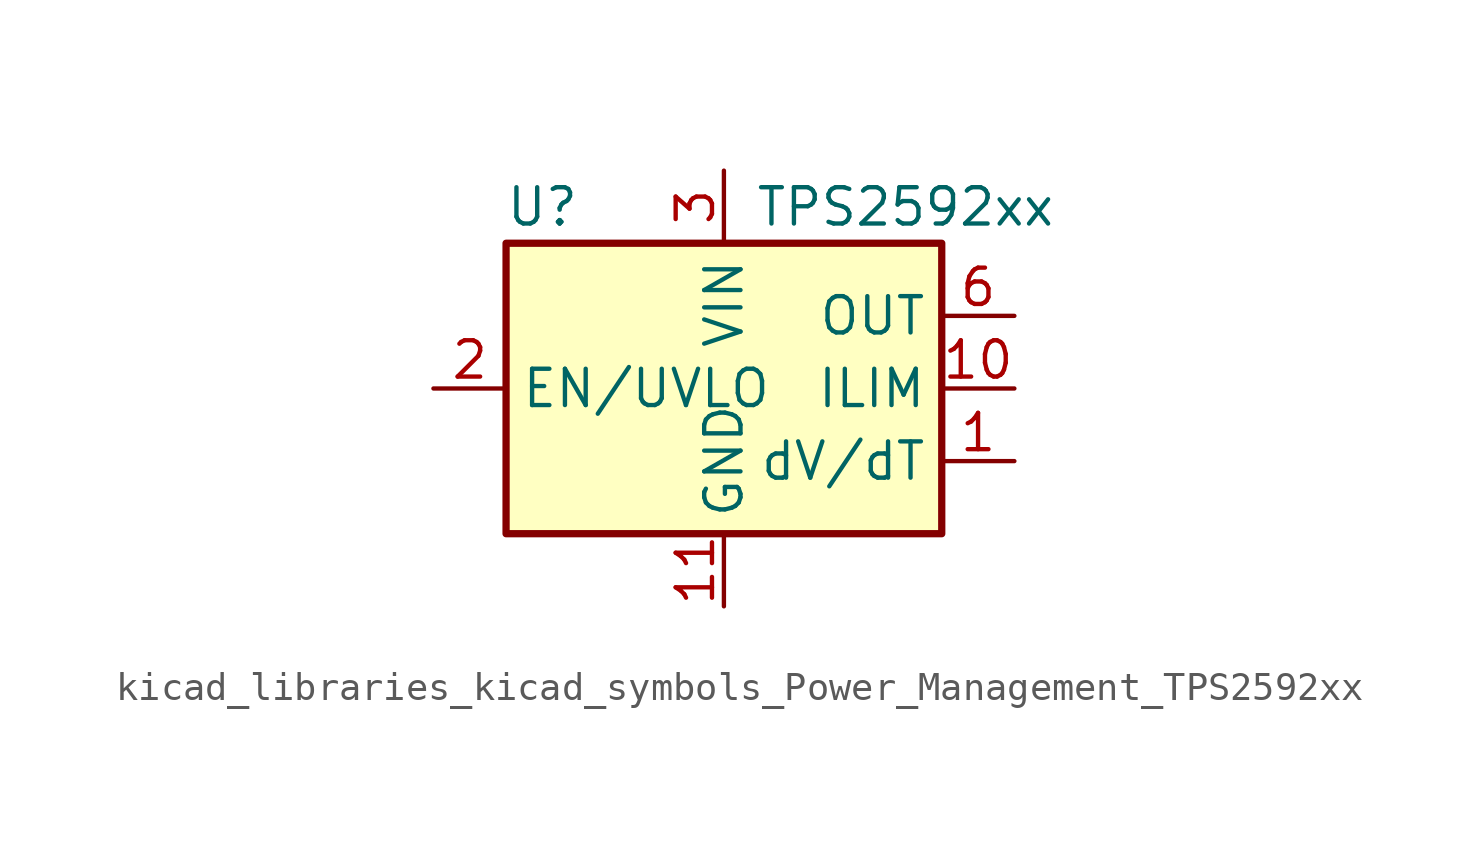
<source format=kicad_sym>
(kicad_symbol_lib
  (version 20220914)
  (generator kicad_symbol_editor)
  (symbol "kicad_libraries_kicad_symbols_Power_Management_TPS2592xx"
    (property "Reference" "U"
      (at -6.35 6.35 0)
      (effects (font (size 1.27 1.27))))
    (property "Value" "TPS2592xx"
      (at 6.35 6.35 0)
      (effects (font (size 1.27 1.27))))
    (symbol "kicad_libraries_kicad_symbols_Power_Management_TPS2592xx_0_1"
      (rectangle (start -7.62 5.08) (end 7.62 -5.08) (stroke (width 0.254) (type default)) (fill (type background))))
    (symbol "kicad_libraries_kicad_symbols_Power_Management_TPS2592xx_1_1"
      (pin output line (at 10.16 -2.54 180) (length 2.54) (name "dV/dT" (effects (font (size 1.27 1.27)))) (number "1" (effects (font (size 1.27 1.27)))))
      (pin output line (at 10.16 0 180) (length 2.54) (name "ILIM" (effects (font (size 1.27 1.27)))) (number "10" (effects (font (size 1.27 1.27)))))
      (pin power_in line (at 0 -7.62 90) (length 2.54) (name "GND" (effects (font (size 1.27 1.27)))) (number "11" (effects (font (size 1.27 1.27)))))
      (pin input line (at -10.16 0 0) (length 2.54) (name "EN/UVLO" (effects (font (size 1.27 1.27)))) (number "2" (effects (font (size 1.27 1.27)))))
      (pin power_in line (at 0 7.62 270) (length 2.54) (name "VIN" (effects (font (size 1.27 1.27)))) (number "3" (effects (font (size 1.27 1.27)))))
      (pin passive line (at 0 7.62 270) (length 2.54) hide (name "VIN" (effects (font (size 1.27 1.27)))) (number "4" (effects (font (size 1.27 1.27)))))
      (pin passive line (at 0 7.62 270) (length 2.54) hide (name "VIN" (effects (font (size 1.27 1.27)))) (number "5" (effects (font (size 1.27 1.27)))))
      (pin power_out line (at 10.16 2.54 180) (length 2.54) (name "OUT" (effects (font (size 1.27 1.27)))) (number "6" (effects (font (size 1.27 1.27)))))
      (pin passive line (at 10.16 2.54 180) (length 2.54) hide (name "OUT" (effects (font (size 1.27 1.27)))) (number "7" (effects (font (size 1.27 1.27)))))
      (pin passive line (at 10.16 2.54 180) (length 2.54) hide (name "OUT" (effects (font (size 1.27 1.27)))) (number "8" (effects (font (size 1.27 1.27)))))
      (pin no_connect line (at -7.62 -2.54 0) (length 2.54) hide (name "NC" (effects (font (size 1.27 1.27)))) (number "9" (effects (font (size 1.27 1.27))))))))
</source>
